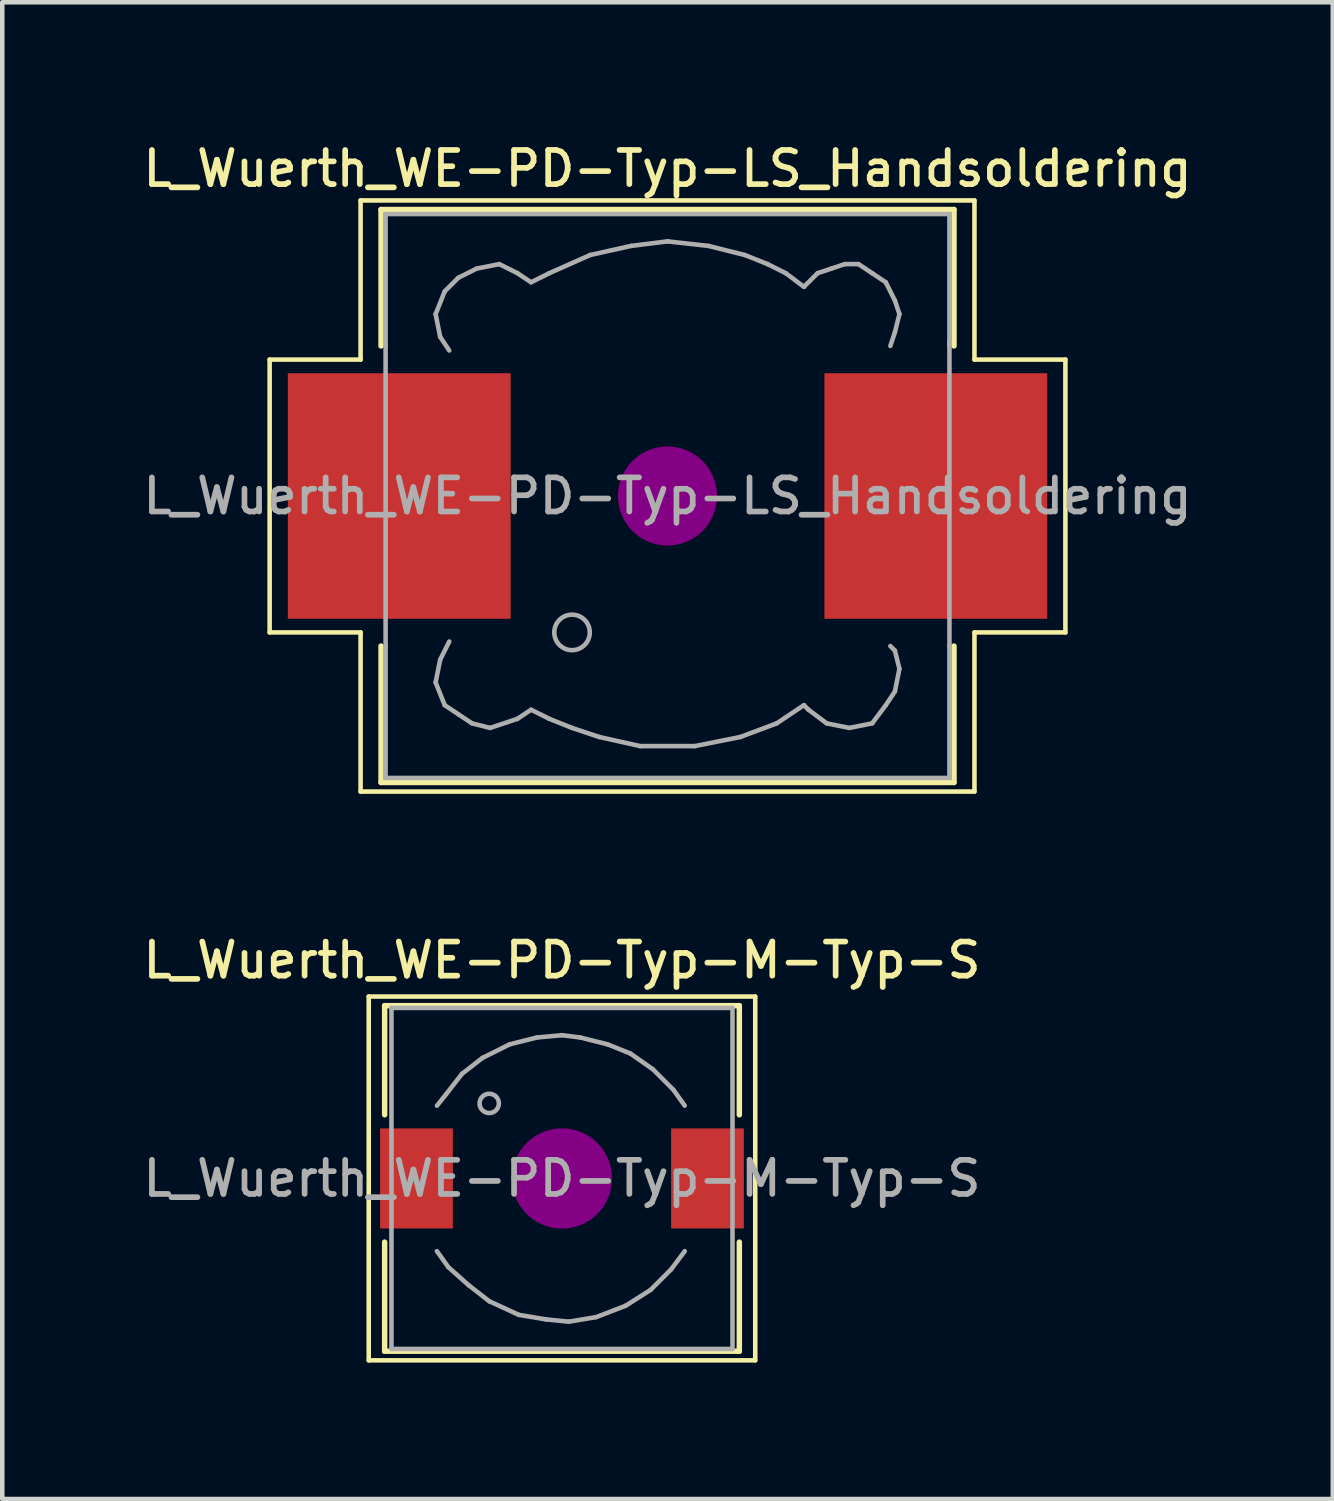
<source format=kicad_pcb>
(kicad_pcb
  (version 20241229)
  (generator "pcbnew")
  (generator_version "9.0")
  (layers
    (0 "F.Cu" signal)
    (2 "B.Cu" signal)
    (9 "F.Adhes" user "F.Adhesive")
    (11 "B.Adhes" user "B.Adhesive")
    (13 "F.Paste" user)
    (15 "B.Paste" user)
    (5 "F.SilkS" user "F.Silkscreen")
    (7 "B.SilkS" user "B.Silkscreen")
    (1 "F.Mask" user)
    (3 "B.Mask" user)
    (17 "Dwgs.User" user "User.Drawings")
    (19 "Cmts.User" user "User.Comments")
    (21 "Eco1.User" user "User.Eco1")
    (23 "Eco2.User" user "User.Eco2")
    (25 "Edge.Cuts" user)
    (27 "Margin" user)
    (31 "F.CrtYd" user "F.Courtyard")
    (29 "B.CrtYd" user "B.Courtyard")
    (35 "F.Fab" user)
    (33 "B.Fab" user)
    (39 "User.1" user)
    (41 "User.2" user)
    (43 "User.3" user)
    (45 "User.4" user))
  (footprint "L_Wuerth_WE-PD-Typ-LS_Handsoldering"
    (layer "F.Cu")
    (at 11.63 7.858)
    (property "Reference" "L_Wuerth_WE-PD-Typ-LS_Handsoldering" (at 0 -7.2 0) (layer "F.SilkS") (effects (font (size 0.75 0.75) (thickness 0.125))))
    (attr smd)
    (fp_line (start -8.75 -3) (end -6.75 -3) (stroke (width 0.1) (type solid)) (layer "F.SilkS"))
    (fp_line (start -8.75 3) (end -8.75 -3) (stroke (width 0.1) (type solid)) (layer "F.SilkS"))
    (fp_line (start -6.75 -6.5) (end 6.75 -6.5) (stroke (width 0.1) (type solid)) (layer "F.SilkS"))
    (fp_line (start -6.75 -3) (end -6.75 -6.5) (stroke (width 0.1) (type solid)) (layer "F.SilkS"))
    (fp_line (start -6.75 3) (end -8.75 3) (stroke (width 0.1) (type solid)) (layer "F.SilkS"))
    (fp_line (start -6.75 6.5) (end -6.75 3) (stroke (width 0.1) (type solid)) (layer "F.SilkS"))
    (fp_line (start -6.3 -6.3) (end 6.3 -6.3) (stroke (width 0.12) (type solid)) (layer "F.SilkS"))
    (fp_line (start -6.3 -3.3) (end -6.3 -6.3) (stroke (width 0.12) (type solid)) (layer "F.SilkS"))
    (fp_line (start -6.3 6.3) (end -6.3 3.3) (stroke (width 0.12) (type solid)) (layer "F.SilkS"))
    (fp_line (start 6.3 -6.3) (end 6.3 -3.3) (stroke (width 0.12) (type solid)) (layer "F.SilkS"))
    (fp_line (start 6.3 3.3) (end 6.3 6.3) (stroke (width 0.12) (type solid)) (layer "F.SilkS"))
    (fp_line (start 6.3 6.3) (end -6.3 6.3) (stroke (width 0.12) (type solid)) (layer "F.SilkS"))
    (fp_line (start 6.75 -6.5) (end 6.75 -3) (stroke (width 0.1) (type solid)) (layer "F.SilkS"))
    (fp_line (start 6.75 -3) (end 8.75 -3) (stroke (width 0.1) (type solid)) (layer "F.SilkS"))
    (fp_line (start 6.75 3) (end 6.75 6.5) (stroke (width 0.1) (type solid)) (layer "F.SilkS"))
    (fp_line (start 6.75 6.5) (end -6.75 6.5) (stroke (width 0.1) (type solid)) (layer "F.SilkS"))
    (fp_line (start 8.75 -3) (end 8.75 3) (stroke (width 0.1) (type solid)) (layer "F.SilkS"))
    (fp_line (start 8.75 3) (end 6.75 3) (stroke (width 0.1) (type solid)) (layer "F.SilkS"))
    (fp_circle (center 0 0) (end 0.15 0.15) (stroke (width 0.38) (type solid)) (fill no) (layer "F.Adhes"))
    (fp_circle (center 0 0) (end 0.55 0) (stroke (width 0.38) (type solid)) (fill no) (layer "F.Adhes"))
    (fp_circle (center 0 0) (end 0.9 0) (stroke (width 0.38) (type solid)) (fill no) (layer "F.Adhes"))
    (fp_line (start -6.2 -6.2) (end -6.2 -3.3) (stroke (width 0.1) (type solid)) (layer "F.Fab"))
    (fp_line (start -6.2 -3.3) (end -6.2 3.3) (stroke (width 0.1) (type solid)) (layer "F.Fab"))
    (fp_line (start -6.2 3.3) (end -6.2 6.2) (stroke (width 0.1) (type solid)) (layer "F.Fab"))
    (fp_line (start -6.2 6.2) (end 6.2 6.2) (stroke (width 0.1) (type solid)) (layer "F.Fab"))
    (fp_line (start -5.1 -4) (end -5 -3.5) (stroke (width 0.1) (type solid)) (layer "F.Fab"))
    (fp_line (start -5.1 4.1) (end -5 3.6) (stroke (width 0.1) (type solid)) (layer "F.Fab"))
    (fp_line (start -5 -3.5) (end -4.8 -3.2) (stroke (width 0.1) (type solid)) (layer "F.Fab"))
    (fp_line (start -5 3.6) (end -4.8 3.2) (stroke (width 0.1) (type solid)) (layer "F.Fab"))
    (fp_line (start -4.9 -4.5) (end -5.1 -4) (stroke (width 0.1) (type solid)) (layer "F.Fab"))
    (fp_line (start -4.9 4.6) (end -5.1 4.1) (stroke (width 0.1) (type solid)) (layer "F.Fab"))
    (fp_line (start -4.6 -4.8) (end -4.9 -4.5) (stroke (width 0.1) (type solid)) (layer "F.Fab"))
    (fp_line (start -4.6 4.8) (end -4.9 4.6) (stroke (width 0.1) (type solid)) (layer "F.Fab"))
    (fp_line (start -4.3 5) (end -4.6 4.8) (stroke (width 0.1) (type solid)) (layer "F.Fab"))
    (fp_line (start -4.2 -5) (end -4.6 -4.8) (stroke (width 0.1) (type solid)) (layer "F.Fab"))
    (fp_line (start -3.9 5.1) (end -4.3 5) (stroke (width 0.1) (type solid)) (layer "F.Fab"))
    (fp_line (start -3.7 -5.1) (end -4.2 -5) (stroke (width 0.1) (type solid)) (layer "F.Fab"))
    (fp_line (start -3.3 -4.9) (end -3.7 -5.1) (stroke (width 0.1) (type solid)) (layer "F.Fab"))
    (fp_line (start -3.3 4.9) (end -3.9 5.1) (stroke (width 0.1) (type solid)) (layer "F.Fab"))
    (fp_line (start -3 -4.7) (end -3.3 -4.9) (stroke (width 0.1) (type solid)) (layer "F.Fab"))
    (fp_line (start -3 4.7) (end -3.3 4.9) (stroke (width 0.1) (type solid)) (layer "F.Fab"))
    (fp_line (start -2.6 -4.9) (end -3 -4.7) (stroke (width 0.1) (type solid)) (layer "F.Fab"))
    (fp_line (start -2.6 4.9) (end -3 4.7) (stroke (width 0.1) (type solid)) (layer "F.Fab"))
    (fp_line (start -2.1 5.1) (end -2.6 4.9) (stroke (width 0.1) (type solid)) (layer "F.Fab"))
    (fp_line (start -1.7 -5.3) (end -2.6 -4.9) (stroke (width 0.1) (type solid)) (layer "F.Fab"))
    (fp_line (start -1.5 5.3) (end -2.1 5.1) (stroke (width 0.1) (type solid)) (layer "F.Fab"))
    (fp_line (start -0.8 -5.5) (end -1.7 -5.3) (stroke (width 0.1) (type solid)) (layer "F.Fab"))
    (fp_line (start -0.6 5.5) (end -1.5 5.3) (stroke (width 0.1) (type solid)) (layer "F.Fab"))
    (fp_line (start 0 -5.6) (end -0.8 -5.5) (stroke (width 0.1) (type solid)) (layer "F.Fab"))
    (fp_line (start 0.6 5.5) (end -0.6 5.5) (stroke (width 0.1) (type solid)) (layer "F.Fab"))
    (fp_line (start 0.9 -5.5) (end 0 -5.6) (stroke (width 0.1) (type solid)) (layer "F.Fab"))
    (fp_line (start 1.6 5.3) (end 0.6 5.5) (stroke (width 0.1) (type solid)) (layer "F.Fab"))
    (fp_line (start 1.7 -5.3) (end 0.9 -5.5) (stroke (width 0.1) (type solid)) (layer "F.Fab"))
    (fp_line (start 2.2 -5.1) (end 1.7 -5.3) (stroke (width 0.1) (type solid)) (layer "F.Fab"))
    (fp_line (start 2.4 5) (end 1.6 5.3) (stroke (width 0.1) (type solid)) (layer "F.Fab"))
    (fp_line (start 2.6 -4.9) (end 2.2 -5.1) (stroke (width 0.1) (type solid)) (layer "F.Fab"))
    (fp_line (start 3 -4.6) (end 2.6 -4.9) (stroke (width 0.1) (type solid)) (layer "F.Fab"))
    (fp_line (start 3 4.6) (end 2.4 5) (stroke (width 0.1) (type solid)) (layer "F.Fab"))
    (fp_line (start 3.1 4.7) (end 3 4.6) (stroke (width 0.1) (type solid)) (layer "F.Fab"))
    (fp_line (start 3.3 -4.9) (end 3 -4.6) (stroke (width 0.1) (type solid)) (layer "F.Fab"))
    (fp_line (start 3.5 5) (end 3.1 4.7) (stroke (width 0.1) (type solid)) (layer "F.Fab"))
    (fp_line (start 3.6 -5) (end 3.3 -4.9) (stroke (width 0.1) (type solid)) (layer "F.Fab"))
    (fp_line (start 3.9 -5.1) (end 3.6 -5) (stroke (width 0.1) (type solid)) (layer "F.Fab"))
    (fp_line (start 4 5.1) (end 3.5 5) (stroke (width 0.1) (type solid)) (layer "F.Fab"))
    (fp_line (start 4.2 -5.1) (end 3.9 -5.1) (stroke (width 0.1) (type solid)) (layer "F.Fab"))
    (fp_line (start 4.5 -4.9) (end 4.2 -5.1) (stroke (width 0.1) (type solid)) (layer "F.Fab"))
    (fp_line (start 4.5 5) (end 4 5.1) (stroke (width 0.1) (type solid)) (layer "F.Fab"))
    (fp_line (start 4.8 -4.7) (end 4.5 -4.9) (stroke (width 0.1) (type solid)) (layer "F.Fab"))
    (fp_line (start 4.8 4.6) (end 4.5 5) (stroke (width 0.1) (type solid)) (layer "F.Fab"))
    (fp_line (start 4.9 -3.3) (end 5 -3.6) (stroke (width 0.1) (type solid)) (layer "F.Fab"))
    (fp_line (start 4.9 3.3) (end 5 3.4) (stroke (width 0.1) (type solid)) (layer "F.Fab"))
    (fp_line (start 5 -4.3) (end 4.8 -4.7) (stroke (width 0.1) (type solid)) (layer "F.Fab"))
    (fp_line (start 5 -3.6) (end 5.1 -4) (stroke (width 0.1) (type solid)) (layer "F.Fab"))
    (fp_line (start 5 3.4) (end 5.1 3.8) (stroke (width 0.1) (type solid)) (layer "F.Fab"))
    (fp_line (start 5 4.3) (end 4.8 4.6) (stroke (width 0.1) (type solid)) (layer "F.Fab"))
    (fp_line (start 5.1 -4) (end 5 -4.3) (stroke (width 0.1) (type solid)) (layer "F.Fab"))
    (fp_line (start 5.1 3.8) (end 5 4.3) (stroke (width 0.1) (type solid)) (layer "F.Fab"))
    (fp_line (start 6.2 -6.2) (end -6.2 -6.2) (stroke (width 0.1) (type solid)) (layer "F.Fab"))
    (fp_line (start 6.2 -6.2) (end 6.2 -3.3) (stroke (width 0.1) (type solid)) (layer "F.Fab"))
    (fp_line (start 6.2 3.3) (end 6.2 -3.4) (stroke (width 0.1) (type solid)) (layer "F.Fab"))
    (fp_line (start 6.2 6.2) (end 6.2 3.3) (stroke (width 0.1) (type solid)) (layer "F.Fab"))
    (fp_circle (center -2.1 3) (end -1.8 3.25) (stroke (width 0.1) (type solid)) (fill no) (layer "F.Fab"))
    (fp_text user "${REFERENCE}" (at 0 0 0) (layer "F.Fab") (effects (font (size 0.75 0.75) (thickness 0.125))))
    (pad "1" smd rect (at -5.9 0) (size 4.9 5.4) (layers "F.Cu" "F.Mask" "F.Paste"))
    (pad "2" smd rect (at 5.9 0) (size 4.9 5.4) (layers "F.Cu" "F.Mask" "F.Paste")))
  (footprint "L_Wuerth_WE-PD-Typ-M-Typ-S"
    (layer "F.Cu")
    (at 9.309 22.866)
    (property "Reference" "L_Wuerth_WE-PD-Typ-M-Typ-S" (at 0 -4.8 0) (layer "F.SilkS") (effects (font (size 0.75 0.75) (thickness 0.125))))
    (attr smd)
    (fp_line (start -4.25 -4) (end 4.25 -4) (stroke (width 0.1) (type solid)) (layer "F.SilkS"))
    (fp_line (start -4.25 4) (end -4.25 -4) (stroke (width 0.1) (type solid)) (layer "F.SilkS"))
    (fp_line (start -3.9 -1.4) (end -3.9 -3.8) (stroke (width 0.12) (type solid)) (layer "F.SilkS"))
    (fp_line (start -3.9 1.4) (end -3.9 3.8) (stroke (width 0.12) (type solid)) (layer "F.SilkS"))
    (fp_line (start -3.9 3.8) (end 3.9 3.8) (stroke (width 0.12) (type solid)) (layer "F.SilkS"))
    (fp_line (start 3.9 -3.8) (end -3.9 -3.8) (stroke (width 0.12) (type solid)) (layer "F.SilkS"))
    (fp_line (start 3.9 -1.4) (end 3.9 -3.8) (stroke (width 0.12) (type solid)) (layer "F.SilkS"))
    (fp_line (start 3.9 3.8) (end 3.9 1.4) (stroke (width 0.12) (type solid)) (layer "F.SilkS"))
    (fp_line (start 4.25 -4) (end 4.25 4) (stroke (width 0.1) (type solid)) (layer "F.SilkS"))
    (fp_line (start 4.25 4) (end -4.25 4) (stroke (width 0.1) (type solid)) (layer "F.SilkS"))
    (fp_circle (center 0 0) (end 0.15 0.15) (stroke (width 0.38) (type solid)) (fill no) (layer "F.Adhes"))
    (fp_circle (center 0 0) (end 0.55 0.05) (stroke (width 0.38) (type solid)) (fill no) (layer "F.Adhes"))
    (fp_circle (center 0 0) (end 0.9 0.15) (stroke (width 0.38) (type solid)) (fill no) (layer "F.Adhes"))
    (fp_line (start -3.75 -3.75) (end -3.75 3.75) (stroke (width 0.1) (type solid)) (layer "F.Fab"))
    (fp_line (start -3.75 3.75) (end 3.75 3.75) (stroke (width 0.1) (type solid)) (layer "F.Fab"))
    (fp_line (start -2.75 1.6) (end -2.5 1.95) (stroke (width 0.1) (type solid)) (layer "F.Fab"))
    (fp_line (start -2.55 -1.85) (end -2.75 -1.6) (stroke (width 0.1) (type solid)) (layer "F.Fab"))
    (fp_line (start -2.5 1.95) (end -2.05 2.35) (stroke (width 0.1) (type solid)) (layer "F.Fab"))
    (fp_line (start -2.2 -2.3) (end -2.55 -1.85) (stroke (width 0.1) (type solid)) (layer "F.Fab"))
    (fp_line (start -2.05 2.35) (end -1.6 2.7) (stroke (width 0.1) (type solid)) (layer "F.Fab"))
    (fp_line (start -1.75 -2.65) (end -2.2 -2.3) (stroke (width 0.1) (type solid)) (layer "F.Fab"))
    (fp_line (start -1.6 2.7) (end -0.95 3) (stroke (width 0.1) (type solid)) (layer "F.Fab"))
    (fp_line (start -1.15 -2.95) (end -1.75 -2.65) (stroke (width 0.1) (type solid)) (layer "F.Fab"))
    (fp_line (start -0.95 3) (end -0.35 3.1) (stroke (width 0.1) (type solid)) (layer "F.Fab"))
    (fp_line (start -0.55 -3.1) (end -1.15 -2.95) (stroke (width 0.1) (type solid)) (layer "F.Fab"))
    (fp_line (start -0.35 3.1) (end 0.15 3.15) (stroke (width 0.1) (type solid)) (layer "F.Fab"))
    (fp_line (start 0 -3.15) (end -0.55 -3.1) (stroke (width 0.1) (type solid)) (layer "F.Fab"))
    (fp_line (start 0.15 3.15) (end 0.75 3.05) (stroke (width 0.1) (type solid)) (layer "F.Fab"))
    (fp_line (start 0.4 -3.1) (end 0 -3.15) (stroke (width 0.1) (type solid)) (layer "F.Fab"))
    (fp_line (start 0.75 3.05) (end 1.4 2.8) (stroke (width 0.1) (type solid)) (layer "F.Fab"))
    (fp_line (start 1 -2.95) (end 0.4 -3.1) (stroke (width 0.1) (type solid)) (layer "F.Fab"))
    (fp_line (start 1.4 2.8) (end 1.95 2.45) (stroke (width 0.1) (type solid)) (layer "F.Fab"))
    (fp_line (start 1.5 -2.75) (end 1 -2.95) (stroke (width 0.1) (type solid)) (layer "F.Fab"))
    (fp_line (start 1.95 2.45) (end 2.4 2) (stroke (width 0.1) (type solid)) (layer "F.Fab"))
    (fp_line (start 2 -2.4) (end 1.5 -2.75) (stroke (width 0.1) (type solid)) (layer "F.Fab"))
    (fp_line (start 2.4 2) (end 2.7 1.6) (stroke (width 0.1) (type solid)) (layer "F.Fab"))
    (fp_line (start 2.45 -1.95) (end 2 -2.4) (stroke (width 0.1) (type solid)) (layer "F.Fab"))
    (fp_line (start 2.7 -1.6) (end 2.45 -1.95) (stroke (width 0.1) (type solid)) (layer "F.Fab"))
    (fp_line (start 3.75 -3.75) (end -3.75 -3.75) (stroke (width 0.1) (type solid)) (layer "F.Fab"))
    (fp_line (start 3.75 3.75) (end 3.75 -3.75) (stroke (width 0.1) (type solid)) (layer "F.Fab"))
    (fp_circle (center -1.6 -1.65) (end -1.45 -1.5) (stroke (width 0.1) (type solid)) (fill no) (layer "F.Fab"))
    (fp_text user "${REFERENCE}" (at 0 0 0) (layer "F.Fab") (effects (font (size 0.75 0.75) (thickness 0.125))))
    (pad "1" smd rect (at -3.2 0) (size 1.6 2.2) (layers "F.Cu" "F.Mask" "F.Paste"))
    (pad "2" smd rect (at 3.2 0) (size 1.6 2.2) (layers "F.Cu" "F.Mask" "F.Paste")))
  (gr_rect
    (start -3 -3)
    (end 26.261 29.916)
    (stroke (width 0.1) (type default))
    (fill no)
    (layer "Edge.Cuts")))
</source>
